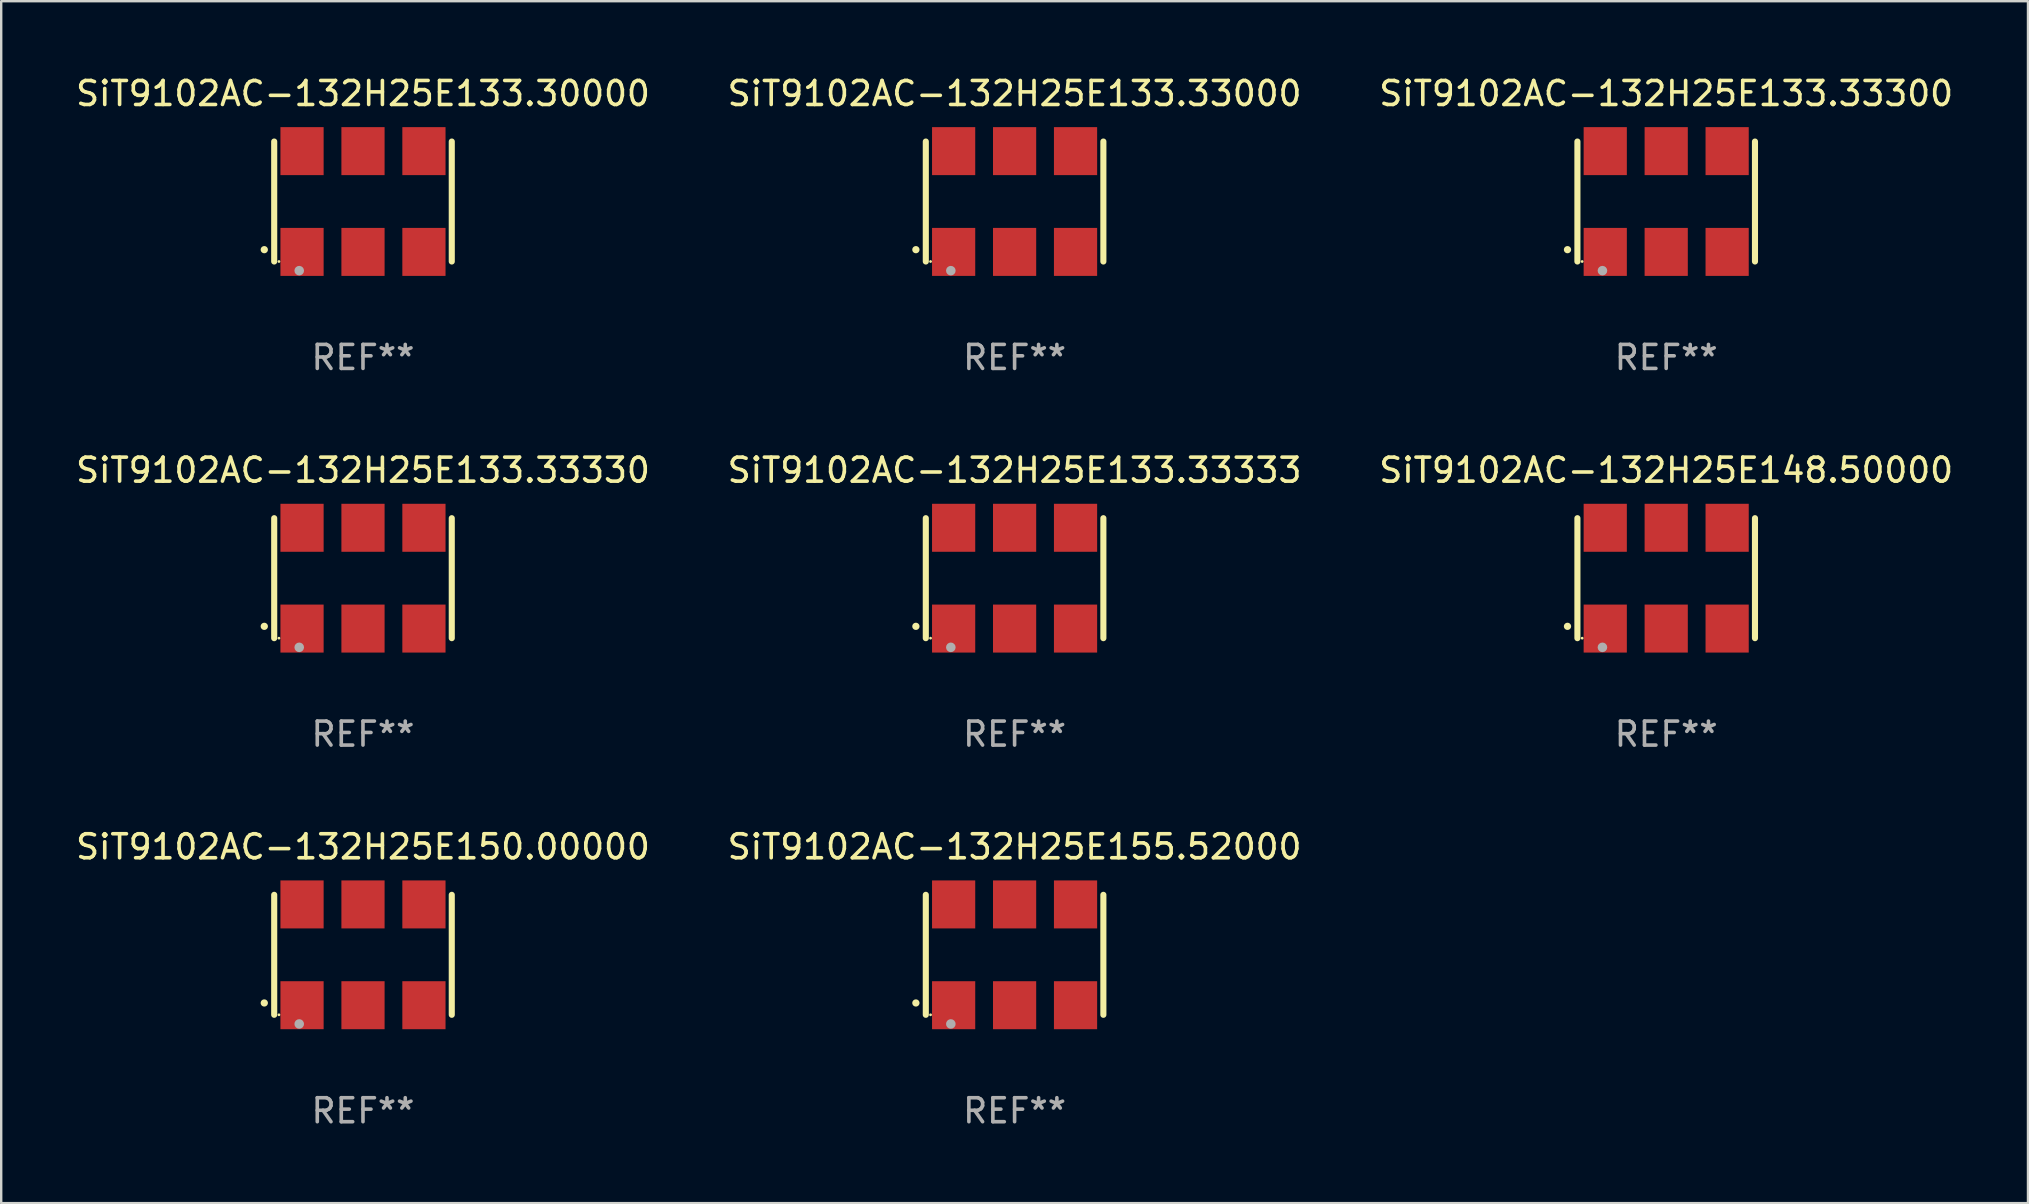
<source format=kicad_pcb>
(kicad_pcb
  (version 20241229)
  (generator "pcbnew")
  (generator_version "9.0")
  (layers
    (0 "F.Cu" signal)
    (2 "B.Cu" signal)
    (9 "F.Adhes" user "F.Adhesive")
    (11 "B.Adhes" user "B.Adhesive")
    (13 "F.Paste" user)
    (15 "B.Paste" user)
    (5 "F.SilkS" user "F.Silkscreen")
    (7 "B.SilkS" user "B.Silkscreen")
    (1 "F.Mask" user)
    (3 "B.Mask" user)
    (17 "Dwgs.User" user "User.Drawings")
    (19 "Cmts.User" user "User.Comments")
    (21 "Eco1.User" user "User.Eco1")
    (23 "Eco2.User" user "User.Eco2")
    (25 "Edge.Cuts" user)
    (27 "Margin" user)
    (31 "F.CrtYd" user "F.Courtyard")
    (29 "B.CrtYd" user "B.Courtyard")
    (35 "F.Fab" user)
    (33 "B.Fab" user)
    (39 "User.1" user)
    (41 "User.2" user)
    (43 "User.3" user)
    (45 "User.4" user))
  (footprint "SiT9102AC-132H25E133.33333"
    (layer "F.Cu")
    (at 39.232 21.045)
    (property "Reference" "SiT9102AC-132H25E133.33333" (at 0 -4.5 0) (layer "F.SilkS") (effects (font (size 1 1) (thickness 0.15))))
    (attr through_hole)
    (fp_line (start -3.7 -2.5) (end -3.7 2.5) (stroke (width 0.254) (type solid)) (layer "F.SilkS"))
    (fp_line (start 3.7 -2.5) (end 3.7 2.5) (stroke (width 0.254) (type solid)) (layer "F.SilkS"))
    (fp_arc (start -4.114415 2.006604) (mid -4.113145 2.006599) (end -4.111875 2.006604) (stroke (width 0.3) (type solid)) (layer "F.SilkS"))
    (fp_circle (center -3.502 2.5) (end -3.472 2.5) (stroke (width 0.06) (type solid)) (fill no) (layer "F.SilkS"))
    (fp_circle (center -2.657 2.882) (end -2.557 2.882) (stroke (width 0.2) (type solid)) (fill no) (layer "F.Fab"))
    (fp_text user "REF**" (at 0 6.5 0) (layer "F.Fab") (effects (font (size 1 1) (thickness 0.15))))
    (pad "1" smd rect (at -2.54 2.1) (size 1.8 2) (layers "F.Cu" "F.Mask" "F.Paste"))
    (pad "2" smd rect (at 0.000394 2.1) (size 1.8 2) (layers "F.Cu" "F.Mask" "F.Paste"))
    (pad "3" smd rect (at 2.54 2.1) (size 1.8 2) (layers "F.Cu" "F.Mask" "F.Paste"))
    (pad "4" smd rect (at 2.54 -2.1) (size 1.8 2) (layers "F.Cu" "F.Mask" "F.Paste"))
    (pad "5" smd rect (at 0.000394 -2.1) (size 1.8 2) (layers "F.Cu" "F.Mask" "F.Paste"))
    (pad "6" smd rect (at -2.54 -2.1) (size 1.8 2) (layers "F.Cu" "F.Mask" "F.Paste")))
  (footprint "SiT9102AC-132H25E133.33000"
    (layer "F.Cu")
    (at 39.232 5.348)
    (property "Reference" "SiT9102AC-132H25E133.33000" (at 0 -4.5 0) (layer "F.SilkS") (effects (font (size 1 1) (thickness 0.15))))
    (attr through_hole)
    (fp_line (start -3.7 -2.5) (end -3.7 2.5) (stroke (width 0.254) (type solid)) (layer "F.SilkS"))
    (fp_line (start 3.7 -2.5) (end 3.7 2.5) (stroke (width 0.254) (type solid)) (layer "F.SilkS"))
    (fp_arc (start -4.114415 2.006604) (mid -4.113145 2.006599) (end -4.111875 2.006604) (stroke (width 0.3) (type solid)) (layer "F.SilkS"))
    (fp_circle (center -3.502 2.5) (end -3.472 2.5) (stroke (width 0.06) (type solid)) (fill no) (layer "F.SilkS"))
    (fp_circle (center -2.657 2.882) (end -2.557 2.882) (stroke (width 0.2) (type solid)) (fill no) (layer "F.Fab"))
    (fp_text user "REF**" (at 0 6.5 0) (layer "F.Fab") (effects (font (size 1 1) (thickness 0.15))))
    (pad "1" smd rect (at -2.54 2.1) (size 1.8 2) (layers "F.Cu" "F.Mask" "F.Paste"))
    (pad "2" smd rect (at 0.000394 2.1) (size 1.8 2) (layers "F.Cu" "F.Mask" "F.Paste"))
    (pad "3" smd rect (at 2.54 2.1) (size 1.8 2) (layers "F.Cu" "F.Mask" "F.Paste"))
    (pad "4" smd rect (at 2.54 -2.1) (size 1.8 2) (layers "F.Cu" "F.Mask" "F.Paste"))
    (pad "5" smd rect (at 0.000394 -2.1) (size 1.8 2) (layers "F.Cu" "F.Mask" "F.Paste"))
    (pad "6" smd rect (at -2.54 -2.1) (size 1.8 2) (layers "F.Cu" "F.Mask" "F.Paste")))
  (footprint "SiT9102AC-132H25E155.52000"
    (layer "F.Cu")
    (at 39.232 36.741)
    (property "Reference" "SiT9102AC-132H25E155.52000" (at 0 -4.5 0) (layer "F.SilkS") (effects (font (size 1 1) (thickness 0.15))))
    (attr through_hole)
    (fp_line (start -3.7 -2.5) (end -3.7 2.5) (stroke (width 0.254) (type solid)) (layer "F.SilkS"))
    (fp_line (start 3.7 -2.5) (end 3.7 2.5) (stroke (width 0.254) (type solid)) (layer "F.SilkS"))
    (fp_arc (start -4.114415 2.006604) (mid -4.113145 2.006599) (end -4.111875 2.006604) (stroke (width 0.3) (type solid)) (layer "F.SilkS"))
    (fp_circle (center -3.502 2.5) (end -3.472 2.5) (stroke (width 0.06) (type solid)) (fill no) (layer "F.SilkS"))
    (fp_circle (center -2.657 2.882) (end -2.557 2.882) (stroke (width 0.2) (type solid)) (fill no) (layer "F.Fab"))
    (fp_text user "REF**" (at 0 6.5 0) (layer "F.Fab") (effects (font (size 1 1) (thickness 0.15))))
    (pad "1" smd rect (at -2.54 2.1) (size 1.8 2) (layers "F.Cu" "F.Mask" "F.Paste"))
    (pad "2" smd rect (at 0.000394 2.1) (size 1.8 2) (layers "F.Cu" "F.Mask" "F.Paste"))
    (pad "3" smd rect (at 2.54 2.1) (size 1.8 2) (layers "F.Cu" "F.Mask" "F.Paste"))
    (pad "4" smd rect (at 2.54 -2.1) (size 1.8 2) (layers "F.Cu" "F.Mask" "F.Paste"))
    (pad "5" smd rect (at 0.000394 -2.1) (size 1.8 2) (layers "F.Cu" "F.Mask" "F.Paste"))
    (pad "6" smd rect (at -2.54 -2.1) (size 1.8 2) (layers "F.Cu" "F.Mask" "F.Paste")))
  (footprint "SiT9102AC-132H25E133.33330"
    (layer "F.Cu")
    (at 12.077 21.045)
    (property "Reference" "SiT9102AC-132H25E133.33330" (at 0 -4.5 0) (layer "F.SilkS") (effects (font (size 1 1) (thickness 0.15))))
    (attr through_hole)
    (fp_line (start -3.7 -2.5) (end -3.7 2.5) (stroke (width 0.254) (type solid)) (layer "F.SilkS"))
    (fp_line (start 3.7 -2.5) (end 3.7 2.5) (stroke (width 0.254) (type solid)) (layer "F.SilkS"))
    (fp_arc (start -4.114415 2.006604) (mid -4.113145 2.006599) (end -4.111875 2.006604) (stroke (width 0.3) (type solid)) (layer "F.SilkS"))
    (fp_circle (center -3.502 2.5) (end -3.472 2.5) (stroke (width 0.06) (type solid)) (fill no) (layer "F.SilkS"))
    (fp_circle (center -2.657 2.882) (end -2.557 2.882) (stroke (width 0.2) (type solid)) (fill no) (layer "F.Fab"))
    (fp_text user "REF**" (at 0 6.5 0) (layer "F.Fab") (effects (font (size 1 1) (thickness 0.15))))
    (pad "1" smd rect (at -2.54 2.1) (size 1.8 2) (layers "F.Cu" "F.Mask" "F.Paste"))
    (pad "2" smd rect (at 0.000394 2.1) (size 1.8 2) (layers "F.Cu" "F.Mask" "F.Paste"))
    (pad "3" smd rect (at 2.54 2.1) (size 1.8 2) (layers "F.Cu" "F.Mask" "F.Paste"))
    (pad "4" smd rect (at 2.54 -2.1) (size 1.8 2) (layers "F.Cu" "F.Mask" "F.Paste"))
    (pad "5" smd rect (at 0.000394 -2.1) (size 1.8 2) (layers "F.Cu" "F.Mask" "F.Paste"))
    (pad "6" smd rect (at -2.54 -2.1) (size 1.8 2) (layers "F.Cu" "F.Mask" "F.Paste")))
  (footprint "SiT9102AC-132H25E133.30000"
    (layer "F.Cu")
    (at 12.077 5.348)
    (property "Reference" "SiT9102AC-132H25E133.30000" (at 0 -4.5 0) (layer "F.SilkS") (effects (font (size 1 1) (thickness 0.15))))
    (attr through_hole)
    (fp_line (start -3.7 -2.5) (end -3.7 2.5) (stroke (width 0.254) (type solid)) (layer "F.SilkS"))
    (fp_line (start 3.7 -2.5) (end 3.7 2.5) (stroke (width 0.254) (type solid)) (layer "F.SilkS"))
    (fp_arc (start -4.114415 2.006604) (mid -4.113145 2.006599) (end -4.111875 2.006604) (stroke (width 0.3) (type solid)) (layer "F.SilkS"))
    (fp_circle (center -3.502 2.5) (end -3.472 2.5) (stroke (width 0.06) (type solid)) (fill no) (layer "F.SilkS"))
    (fp_circle (center -2.657 2.882) (end -2.557 2.882) (stroke (width 0.2) (type solid)) (fill no) (layer "F.Fab"))
    (fp_text user "REF**" (at 0 6.5 0) (layer "F.Fab") (effects (font (size 1 1) (thickness 0.15))))
    (pad "1" smd rect (at -2.54 2.1) (size 1.8 2) (layers "F.Cu" "F.Mask" "F.Paste"))
    (pad "2" smd rect (at 0.000394 2.1) (size 1.8 2) (layers "F.Cu" "F.Mask" "F.Paste"))
    (pad "3" smd rect (at 2.54 2.1) (size 1.8 2) (layers "F.Cu" "F.Mask" "F.Paste"))
    (pad "4" smd rect (at 2.54 -2.1) (size 1.8 2) (layers "F.Cu" "F.Mask" "F.Paste"))
    (pad "5" smd rect (at 0.000394 -2.1) (size 1.8 2) (layers "F.Cu" "F.Mask" "F.Paste"))
    (pad "6" smd rect (at -2.54 -2.1) (size 1.8 2) (layers "F.Cu" "F.Mask" "F.Paste")))
  (footprint "SiT9102AC-132H25E148.50000"
    (layer "F.Cu")
    (at 66.387 21.045)
    (property "Reference" "SiT9102AC-132H25E148.50000" (at 0 -4.5 0) (layer "F.SilkS") (effects (font (size 1 1) (thickness 0.15))))
    (attr through_hole)
    (fp_line (start -3.7 -2.5) (end -3.7 2.5) (stroke (width 0.254) (type solid)) (layer "F.SilkS"))
    (fp_line (start 3.7 -2.5) (end 3.7 2.5) (stroke (width 0.254) (type solid)) (layer "F.SilkS"))
    (fp_arc (start -4.114415 2.006604) (mid -4.113145 2.006599) (end -4.111875 2.006604) (stroke (width 0.3) (type solid)) (layer "F.SilkS"))
    (fp_circle (center -3.502 2.5) (end -3.472 2.5) (stroke (width 0.06) (type solid)) (fill no) (layer "F.SilkS"))
    (fp_circle (center -2.657 2.882) (end -2.557 2.882) (stroke (width 0.2) (type solid)) (fill no) (layer "F.Fab"))
    (fp_text user "REF**" (at 0 6.5 0) (layer "F.Fab") (effects (font (size 1 1) (thickness 0.15))))
    (pad "1" smd rect (at -2.54 2.1) (size 1.8 2) (layers "F.Cu" "F.Mask" "F.Paste"))
    (pad "2" smd rect (at 0.000394 2.1) (size 1.8 2) (layers "F.Cu" "F.Mask" "F.Paste"))
    (pad "3" smd rect (at 2.54 2.1) (size 1.8 2) (layers "F.Cu" "F.Mask" "F.Paste"))
    (pad "4" smd rect (at 2.54 -2.1) (size 1.8 2) (layers "F.Cu" "F.Mask" "F.Paste"))
    (pad "5" smd rect (at 0.000394 -2.1) (size 1.8 2) (layers "F.Cu" "F.Mask" "F.Paste"))
    (pad "6" smd rect (at -2.54 -2.1) (size 1.8 2) (layers "F.Cu" "F.Mask" "F.Paste")))
  (footprint "SiT9102AC-132H25E133.33300"
    (layer "F.Cu")
    (at 66.387 5.348)
    (property "Reference" "SiT9102AC-132H25E133.33300" (at 0 -4.5 0) (layer "F.SilkS") (effects (font (size 1 1) (thickness 0.15))))
    (attr through_hole)
    (fp_line (start -3.7 -2.5) (end -3.7 2.5) (stroke (width 0.254) (type solid)) (layer "F.SilkS"))
    (fp_line (start 3.7 -2.5) (end 3.7 2.5) (stroke (width 0.254) (type solid)) (layer "F.SilkS"))
    (fp_arc (start -4.114415 2.006604) (mid -4.113145 2.006599) (end -4.111875 2.006604) (stroke (width 0.3) (type solid)) (layer "F.SilkS"))
    (fp_circle (center -3.502 2.5) (end -3.472 2.5) (stroke (width 0.06) (type solid)) (fill no) (layer "F.SilkS"))
    (fp_circle (center -2.657 2.882) (end -2.557 2.882) (stroke (width 0.2) (type solid)) (fill no) (layer "F.Fab"))
    (fp_text user "REF**" (at 0 6.5 0) (layer "F.Fab") (effects (font (size 1 1) (thickness 0.15))))
    (pad "1" smd rect (at -2.54 2.1) (size 1.8 2) (layers "F.Cu" "F.Mask" "F.Paste"))
    (pad "2" smd rect (at 0.000394 2.1) (size 1.8 2) (layers "F.Cu" "F.Mask" "F.Paste"))
    (pad "3" smd rect (at 2.54 2.1) (size 1.8 2) (layers "F.Cu" "F.Mask" "F.Paste"))
    (pad "4" smd rect (at 2.54 -2.1) (size 1.8 2) (layers "F.Cu" "F.Mask" "F.Paste"))
    (pad "5" smd rect (at 0.000394 -2.1) (size 1.8 2) (layers "F.Cu" "F.Mask" "F.Paste"))
    (pad "6" smd rect (at -2.54 -2.1) (size 1.8 2) (layers "F.Cu" "F.Mask" "F.Paste")))
  (footprint "SiT9102AC-132H25E150.00000"
    (layer "F.Cu")
    (at 12.077 36.741)
    (property "Reference" "SiT9102AC-132H25E150.00000" (at 0 -4.5 0) (layer "F.SilkS") (effects (font (size 1 1) (thickness 0.15))))
    (attr through_hole)
    (fp_line (start -3.7 -2.5) (end -3.7 2.5) (stroke (width 0.254) (type solid)) (layer "F.SilkS"))
    (fp_line (start 3.7 -2.5) (end 3.7 2.5) (stroke (width 0.254) (type solid)) (layer "F.SilkS"))
    (fp_arc (start -4.114415 2.006604) (mid -4.113145 2.006599) (end -4.111875 2.006604) (stroke (width 0.3) (type solid)) (layer "F.SilkS"))
    (fp_circle (center -3.502 2.5) (end -3.472 2.5) (stroke (width 0.06) (type solid)) (fill no) (layer "F.SilkS"))
    (fp_circle (center -2.657 2.882) (end -2.557 2.882) (stroke (width 0.2) (type solid)) (fill no) (layer "F.Fab"))
    (fp_text user "REF**" (at 0 6.5 0) (layer "F.Fab") (effects (font (size 1 1) (thickness 0.15))))
    (pad "1" smd rect (at -2.54 2.1) (size 1.8 2) (layers "F.Cu" "F.Mask" "F.Paste"))
    (pad "2" smd rect (at 0.000394 2.1) (size 1.8 2) (layers "F.Cu" "F.Mask" "F.Paste"))
    (pad "3" smd rect (at 2.54 2.1) (size 1.8 2) (layers "F.Cu" "F.Mask" "F.Paste"))
    (pad "4" smd rect (at 2.54 -2.1) (size 1.8 2) (layers "F.Cu" "F.Mask" "F.Paste"))
    (pad "5" smd rect (at 0.000394 -2.1) (size 1.8 2) (layers "F.Cu" "F.Mask" "F.Paste"))
    (pad "6" smd rect (at -2.54 -2.1) (size 1.8 2) (layers "F.Cu" "F.Mask" "F.Paste")))
  (gr_rect
    (start -3 -3)
    (end 81.464 47.09)
    (stroke (width 0.1) (type default))
    (fill no)
    (layer "Edge.Cuts")))
</source>
